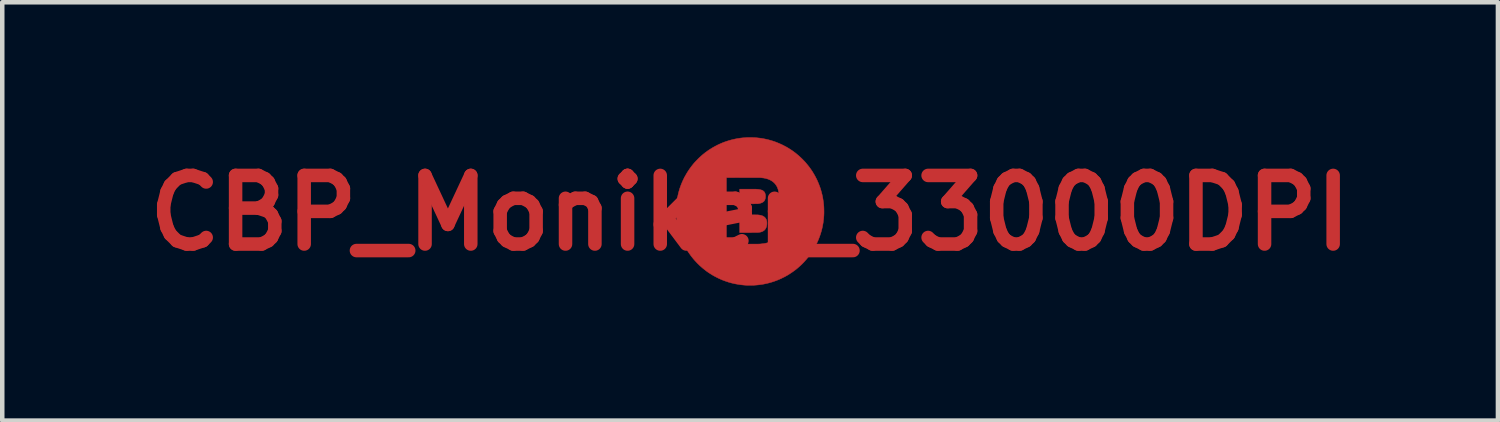
<source format=kicad_pcb>
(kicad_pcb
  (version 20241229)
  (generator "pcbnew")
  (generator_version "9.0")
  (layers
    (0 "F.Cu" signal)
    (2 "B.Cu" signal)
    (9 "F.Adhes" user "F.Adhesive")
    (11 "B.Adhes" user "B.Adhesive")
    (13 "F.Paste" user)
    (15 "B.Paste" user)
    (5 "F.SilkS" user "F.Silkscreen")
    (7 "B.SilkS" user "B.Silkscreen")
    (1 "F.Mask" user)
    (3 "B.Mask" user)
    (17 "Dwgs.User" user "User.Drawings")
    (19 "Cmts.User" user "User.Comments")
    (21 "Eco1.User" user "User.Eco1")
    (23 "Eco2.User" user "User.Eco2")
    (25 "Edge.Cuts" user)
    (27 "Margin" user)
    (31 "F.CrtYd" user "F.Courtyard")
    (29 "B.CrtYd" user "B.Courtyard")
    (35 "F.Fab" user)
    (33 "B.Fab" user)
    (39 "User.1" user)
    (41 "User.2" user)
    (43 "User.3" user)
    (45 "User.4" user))
  (footprint "CBP_Moniker_33000DPI"
    (layer "F.Cu")
    (at 13.614 1.682)
    (property "Reference" "CBP_Moniker_33000DPI" (at 0 0 0) (layer "F.Cu") (effects (font (size 1.524 1.524) (thickness 0.3))))
    (attr through_hole)
    (fp_poly (pts (xy -0.064 -0.53) (xy -0.047 -0.53) (xy -0.029 -0.53) (xy -0.013 -0.53) (xy 0.003 -0.53) (xy 0.019 -0.53) (xy 0.033 -0.53) (xy 0.047 -0.53) (xy 0.06 -0.53) (xy 0.072 -0.53) (xy 0.083 -0.53) (xy 0.092 -0.53) (xy 0.101 -0.53) (xy 0.108 -0.53) (xy 0.114 -0.53) (xy 0.118 -0.53) (xy 0.121 -0.53) (xy 0.122 -0.53) (xy 0.144 -0.528) (xy 0.165 -0.527) (xy 0.185 -0.525) (xy 0.204 -0.522) (xy 0.221 -0.518) (xy 0.238 -0.515) (xy 0.246 -0.513) (xy 0.253 -0.51) (xy 0.26 -0.508) (xy 0.265 -0.507) (xy 0.27 -0.505) (xy 0.274 -0.502) (xy 0.276 -0.501) (xy 0.288 -0.494) (xy 0.298 -0.486) (xy 0.308 -0.478) (xy 0.316 -0.468) (xy 0.323 -0.457) (xy 0.329 -0.445) (xy 0.334 -0.432) (xy 0.338 -0.418) (xy 0.341 -0.403) (xy 0.342 -0.399) (xy 0.342 -0.395) (xy 0.343 -0.389) (xy 0.343 -0.383) (xy 0.343 -0.376) (xy 0.343 -0.369) (xy 0.343 -0.362) (xy 0.343 -0.355) (xy 0.342 -0.349) (xy 0.342 -0.343) (xy 0.341 -0.339) (xy 0.339 -0.324) (xy 0.335 -0.31) (xy 0.33 -0.297) (xy 0.325 -0.285) (xy 0.318 -0.274) (xy 0.311 -0.264) (xy 0.302 -0.255) (xy 0.292 -0.247) (xy 0.281 -0.24) (xy 0.281 -0.239) (xy 0.268 -0.232) (xy 0.255 -0.226) (xy 0.241 -0.221) (xy 0.225 -0.216) (xy 0.209 -0.212) (xy 0.192 -0.209) (xy 0.173 -0.206) (xy 0.164 -0.205) (xy 0.163 -0.205) (xy 0.161 -0.205) (xy 0.158 -0.205) (xy 0.154 -0.205) (xy 0.149 -0.205) (xy 0.144 -0.205) (xy 0.137 -0.205) (xy 0.13 -0.205) (xy 0.121 -0.205) (xy 0.111 -0.205) (xy 0.1 -0.205) (xy 0.088 -0.204) (xy 0.075 -0.204) (xy 0.061 -0.204) (xy 0.045 -0.204) (xy 0.028 -0.204) (xy 0.009 -0.204) (xy -0.011 -0.204) (xy -0.032 -0.204) (xy -0.038 -0.204) (xy -0.231 -0.204) (xy -0.231 -0.53) (xy -0.064 -0.53)) (stroke (width 0.01) (type solid)) (fill yes) (layer "F.Cu"))
    (fp_poly (pts (xy -0.035 0.041) (xy -0.013 0.041) (xy 0.009 0.041) (xy 0.028 0.041) (xy 0.046 0.041) (xy 0.063 0.041) (xy 0.079 0.041) (xy 0.093 0.041) (xy 0.106 0.041) (xy 0.117 0.041) (xy 0.127 0.042) (xy 0.137 0.042) (xy 0.145 0.042) (xy 0.152 0.042) (xy 0.157 0.042) (xy 0.162 0.042) (xy 0.166 0.042) (xy 0.168 0.042) (xy 0.17 0.042) (xy 0.17 0.042) (xy 0.183 0.043) (xy 0.194 0.045) (xy 0.205 0.046) (xy 0.214 0.047) (xy 0.223 0.049) (xy 0.231 0.05) (xy 0.235 0.051) (xy 0.252 0.056) (xy 0.268 0.061) (xy 0.283 0.067) (xy 0.297 0.075) (xy 0.31 0.083) (xy 0.321 0.092) (xy 0.327 0.097) (xy 0.337 0.108) (xy 0.346 0.119) (xy 0.353 0.131) (xy 0.36 0.144) (xy 0.365 0.158) (xy 0.369 0.173) (xy 0.372 0.189) (xy 0.373 0.197) (xy 0.373 0.202) (xy 0.374 0.209) (xy 0.374 0.216) (xy 0.374 0.224) (xy 0.374 0.232) (xy 0.374 0.24) (xy 0.373 0.248) (xy 0.373 0.255) (xy 0.373 0.261) (xy 0.372 0.264) (xy 0.369 0.282) (xy 0.365 0.3) (xy 0.36 0.316) (xy 0.354 0.331) (xy 0.347 0.345) (xy 0.338 0.358) (xy 0.329 0.37) (xy 0.318 0.381) (xy 0.307 0.39) (xy 0.294 0.399) (xy 0.28 0.407) (xy 0.277 0.409) (xy 0.267 0.413) (xy 0.258 0.417) (xy 0.247 0.42) (xy 0.237 0.423) (xy 0.225 0.426) (xy 0.212 0.428) (xy 0.199 0.43) (xy 0.184 0.432) (xy 0.17 0.433) (xy 0.168 0.434) (xy 0.166 0.434) (xy 0.162 0.434) (xy 0.157 0.434) (xy 0.151 0.434) (xy 0.144 0.434) (xy 0.136 0.434) (xy 0.126 0.434) (xy 0.116 0.434) (xy 0.103 0.434) (xy 0.09 0.434) (xy 0.075 0.434) (xy 0.059 0.434) (xy 0.042 0.434) (xy 0.023 0.435) (xy 0.003 0.435) (xy -0.019 0.435) (xy -0.035 0.435) (xy -0.231 0.435) (xy -0.231 0.041) (xy -0.035 0.041)) (stroke (width 0.01) (type solid)) (fill yes) (layer "F.Cu"))
    (fp_poly (pts (xy 0.016 -1.677) (xy 0.026 -1.677) (xy 0.035 -1.677) (xy 0.043 -1.677) (xy 0.051 -1.677) (xy 0.055 -1.676) (xy 0.083 -1.675) (xy 0.11 -1.674) (xy 0.136 -1.672) (xy 0.162 -1.67) (xy 0.162 -1.669) (xy 0.212 -1.664) (xy 0.262 -1.657) (xy 0.311 -1.648) (xy 0.36 -1.638) (xy 0.409 -1.626) (xy 0.457 -1.613) (xy 0.504 -1.599) (xy 0.552 -1.583) (xy 0.598 -1.565) (xy 0.644 -1.546) (xy 0.69 -1.526) (xy 0.735 -1.504) (xy 0.779 -1.481) (xy 0.797 -1.472) (xy 0.84 -1.447) (xy 0.883 -1.42) (xy 0.925 -1.393) (xy 0.966 -1.364) (xy 1.006 -1.334) (xy 1.045 -1.302) (xy 1.083 -1.27) (xy 1.12 -1.236) (xy 1.157 -1.201) (xy 1.192 -1.165) (xy 1.226 -1.129) (xy 1.245 -1.106) (xy 1.277 -1.068) (xy 1.308 -1.029) (xy 1.337 -0.989) (xy 1.366 -0.948) (xy 1.393 -0.906) (xy 1.418 -0.864) (xy 1.443 -0.82) (xy 1.466 -0.776) (xy 1.488 -0.732) (xy 1.508 -0.686) (xy 1.527 -0.641) (xy 1.531 -0.63) (xy 1.549 -0.583) (xy 1.565 -0.536) (xy 1.579 -0.488) (xy 1.592 -0.44) (xy 1.604 -0.391) (xy 1.614 -0.342) (xy 1.622 -0.293) (xy 1.629 -0.244) (xy 1.635 -0.194) (xy 1.639 -0.144) (xy 1.641 -0.094) (xy 1.642 -0.043) (xy 1.642 0.007) (xy 1.64 0.058) (xy 1.636 0.109) (xy 1.636 0.116) (xy 1.63 0.165) (xy 1.624 0.215) (xy 1.615 0.263) (xy 1.606 0.312) (xy 1.595 0.36) (xy 1.582 0.408) (xy 1.568 0.456) (xy 1.552 0.503) (xy 1.535 0.549) (xy 1.517 0.595) (xy 1.497 0.641) (xy 1.476 0.686) (xy 1.453 0.73) (xy 1.429 0.774) (xy 1.407 0.812) (xy 1.381 0.855) (xy 1.353 0.897) (xy 1.324 0.937) (xy 1.293 0.977) (xy 1.262 1.016) (xy 1.229 1.054) (xy 1.196 1.091) (xy 1.161 1.127) (xy 1.125 1.162) (xy 1.088 1.195) (xy 1.05 1.228) (xy 1.011 1.26) (xy 0.988 1.277) (xy 0.951 1.304) (xy 0.914 1.329) (xy 0.876 1.354) (xy 0.838 1.378) (xy 0.797 1.401) (xy 0.782 1.41) (xy 0.775 1.413) (xy 0.767 1.418) (xy 0.758 1.422) (xy 0.748 1.427) (xy 0.738 1.432) (xy 0.728 1.437) (xy 0.717 1.442) (xy 0.708 1.447) (xy 0.698 1.452) (xy 0.69 1.456) (xy 0.682 1.459) (xy 0.681 1.46) (xy 0.635 1.48) (xy 0.588 1.499) (xy 0.541 1.516) (xy 0.493 1.532) (xy 0.446 1.546) (xy 0.397 1.559) (xy 0.349 1.57) (xy 0.3 1.58) (xy 0.251 1.588) (xy 0.201 1.595) (xy 0.151 1.6) (xy 0.1 1.604) (xy 0.087 1.605) (xy 0.073 1.605) (xy 0.058 1.606) (xy 0.042 1.606) (xy 0.026 1.607) (xy 0.01 1.607) (xy -0.006 1.607) (xy -0.021 1.607) (xy -0.035 1.607) (xy -0.04 1.607) (xy -0.09 1.605) (xy -0.141 1.601) (xy -0.191 1.596) (xy -0.24 1.589) (xy -0.29 1.581) (xy -0.339 1.572) (xy -0.387 1.561) (xy -0.435 1.549) (xy -0.483 1.535) (xy -0.53 1.519) (xy -0.577 1.503) (xy -0.623 1.485) (xy -0.669 1.465) (xy -0.714 1.444) (xy -0.759 1.421) (xy -0.803 1.398) (xy -0.842 1.375) (xy -0.885 1.348) (xy -0.927 1.321) (xy -0.968 1.292) (xy -1.008 1.261) (xy -1.047 1.23) (xy -1.085 1.197) (xy -1.122 1.164) (xy -1.158 1.129) (xy -1.193 1.093) (xy -1.227 1.056) (xy -1.26 1.018) (xy -1.291 0.979) (xy -1.322 0.939) (xy -1.351 0.898) (xy -1.369 0.872) (xy -1.396 0.83) (xy -1.422 0.787) (xy -1.446 0.743) (xy -1.469 0.699) (xy -1.473 0.691) (xy -0.526 0.691) (xy -0.178 0.691) (xy -0.148 0.691) (xy -0.12 0.691) (xy -0.092 0.691) (xy -0.066 0.691) (xy -0.041 0.691) (xy -0.017 0.691) (xy 0.006 0.691) (xy 0.027 0.691) (xy 0.048 0.691) (xy 0.067 0.691) (xy 0.084 0.691) (xy 0.101 0.691) (xy 0.116 0.691) (xy 0.13 0.691) (xy 0.142 0.691) (xy 0.153 0.691) (xy 0.163 0.691) (xy 0.171 0.691) (xy 0.178 0.691) (xy 0.183 0.691) (xy 0.186 0.69) (xy 0.189 0.69) (xy 0.219 0.689) (xy 0.248 0.686) (xy 0.277 0.683) (xy 0.305 0.679) (xy 0.331 0.675) (xy 0.344 0.672) (xy 0.369 0.667) (xy 0.393 0.66) (xy 0.416 0.652) (xy 0.438 0.643) (xy 0.458 0.633) (xy 0.479 0.622) (xy 0.498 0.61) (xy 0.517 0.596) (xy 0.536 0.581) (xy 0.537 0.581) (xy 0.541 0.577) (xy 0.546 0.572) (xy 0.551 0.567) (xy 0.557 0.562) (xy 0.562 0.556) (xy 0.568 0.55) (xy 0.573 0.545) (xy 0.578 0.54) (xy 0.581 0.536) (xy 0.582 0.535) (xy 0.598 0.514) (xy 0.614 0.492) (xy 0.627 0.47) (xy 0.639 0.448) (xy 0.65 0.426) (xy 0.659 0.403) (xy 0.667 0.379) (xy 0.674 0.355) (xy 0.679 0.33) (xy 0.682 0.311) (xy 0.683 0.303) (xy 0.684 0.297) (xy 0.685 0.291) (xy 0.685 0.285) (xy 0.686 0.279) (xy 0.686 0.273) (xy 0.686 0.267) (xy 0.686 0.259) (xy 0.686 0.251) (xy 0.686 0.244) (xy 0.686 0.234) (xy 0.686 0.225) (xy 0.686 0.217) (xy 0.686 0.21) (xy 0.685 0.203) (xy 0.685 0.196) (xy 0.684 0.19) (xy 0.683 0.183) (xy 0.682 0.175) (xy 0.678 0.152) (xy 0.672 0.129) (xy 0.666 0.107) (xy 0.658 0.085) (xy 0.649 0.065) (xy 0.639 0.046) (xy 0.628 0.027) (xy 0.616 0.01) (xy 0.602 -0.007) (xy 0.588 -0.022) (xy 0.584 -0.026) (xy 0.57 -0.038) (xy 0.556 -0.05) (xy 0.541 -0.06) (xy 0.526 -0.07) (xy 0.509 -0.079) (xy 0.491 -0.088) (xy 0.472 -0.096) (xy 0.46 -0.101) (xy 0.46 -0.101) (xy 0.46 -0.102) (xy 0.46 -0.102) (xy 0.462 -0.103) (xy 0.464 -0.105) (xy 0.468 -0.107) (xy 0.469 -0.107) (xy 0.489 -0.119) (xy 0.507 -0.13) (xy 0.524 -0.143) (xy 0.54 -0.155) (xy 0.546 -0.161) (xy 0.56 -0.175) (xy 0.573 -0.19) (xy 0.585 -0.205) (xy 0.596 -0.222) (xy 0.605 -0.24) (xy 0.613 -0.259) (xy 0.621 -0.279) (xy 0.627 -0.3) (xy 0.631 -0.321) (xy 0.635 -0.344) (xy 0.635 -0.345) (xy 0.637 -0.364) (xy 0.638 -0.385) (xy 0.638 -0.406) (xy 0.638 -0.427) (xy 0.636 -0.448) (xy 0.635 -0.459) (xy 0.632 -0.482) (xy 0.627 -0.506) (xy 0.621 -0.528) (xy 0.613 -0.55) (xy 0.605 -0.571) (xy 0.595 -0.591) (xy 0.583 -0.61) (xy 0.571 -0.629) (xy 0.557 -0.646) (xy 0.557 -0.647) (xy 0.545 -0.66) (xy 0.532 -0.673) (xy 0.519 -0.685) (xy 0.504 -0.697) (xy 0.489 -0.708) (xy 0.486 -0.71) (xy 0.474 -0.717) (xy 0.461 -0.725) (xy 0.446 -0.733) (xy 0.431 -0.74) (xy 0.416 -0.746) (xy 0.401 -0.752) (xy 0.387 -0.757) (xy 0.373 -0.761) (xy 0.359 -0.765) (xy 0.344 -0.769) (xy 0.329 -0.772) (xy 0.314 -0.775) (xy 0.298 -0.778) (xy 0.281 -0.78) (xy 0.263 -0.782) (xy 0.244 -0.784) (xy 0.233 -0.785) (xy 0.232 -0.785) (xy 0.23 -0.785) (xy 0.227 -0.785) (xy 0.224 -0.786) (xy 0.22 -0.786) (xy 0.215 -0.786) (xy 0.209 -0.786) (xy 0.203 -0.786) (xy 0.195 -0.786) (xy 0.187 -0.786) (xy 0.177 -0.786) (xy 0.167 -0.786) (xy 0.156 -0.786) (xy 0.143 -0.786) (xy 0.13 -0.786) (xy 0.115 -0.786) (xy 0.099 -0.786) (xy 0.082 -0.786) (xy 0.064 -0.786) (xy 0.044 -0.786) (xy 0.024 -0.786) (xy 0.001 -0.786) (xy -0.022 -0.786) (xy -0.047 -0.786) (xy -0.073 -0.786) (xy -0.101 -0.786) (xy -0.13 -0.786) (xy -0.152 -0.786) (xy -0.526 -0.787) (xy -0.526 0.691) (xy -1.473 0.691) (xy -1.491 0.654) (xy -1.511 0.608) (xy -1.53 0.562) (xy -1.547 0.516) (xy -1.563 0.469) (xy -1.578 0.421) (xy -1.591 0.373) (xy -1.602 0.324) (xy -1.613 0.276) (xy -1.621 0.226) (xy -1.628 0.177) (xy -1.634 0.127) (xy -1.636 0.104) (xy -1.638 0.082) (xy -1.639 0.06) (xy -1.64 0.039) (xy -1.641 0.016) (xy -1.641 -0.006) (xy -1.642 -0.03) (xy -1.642 -0.052) (xy -1.641 -0.063) (xy -1.641 -0.073) (xy -1.641 -0.081) (xy -1.641 -0.089) (xy -1.641 -0.097) (xy -1.641 -0.104) (xy -1.64 -0.111) (xy -1.64 -0.118) (xy -1.64 -0.125) (xy -1.639 -0.134) (xy -1.638 -0.143) (xy -1.638 -0.145) (xy -1.634 -0.195) (xy -1.629 -0.244) (xy -1.622 -0.293) (xy -1.613 -0.342) (xy -1.603 -0.391) (xy -1.592 -0.439) (xy -1.579 -0.487) (xy -1.565 -0.535) (xy -1.549 -0.582) (xy -1.532 -0.628) (xy -1.513 -0.674) (xy -1.493 -0.72) (xy -1.471 -0.765) (xy -1.448 -0.809) (xy -1.426 -0.849) (xy -1.401 -0.892) (xy -1.374 -0.934) (xy -1.346 -0.975) (xy -1.317 -1.016) (xy -1.286 -1.056) (xy -1.255 -1.095) (xy -1.236 -1.117) (xy -1.217 -1.137) (xy -1.197 -1.159) (xy -1.176 -1.18) (xy -1.155 -1.202) (xy -1.134 -1.223) (xy -1.112 -1.243) (xy -1.091 -1.262) (xy -1.081 -1.271) (xy -1.043 -1.304) (xy -1.004 -1.335) (xy -0.963 -1.365) (xy -0.923 -1.394) (xy -0.881 -1.421) (xy -0.839 -1.447) (xy -0.795 -1.472) (xy -0.752 -1.495) (xy -0.707 -1.518) (xy -0.662 -1.538) (xy -0.616 -1.558) (xy -0.57 -1.576) (xy -0.523 -1.592) (xy -0.476 -1.607) (xy -0.428 -1.621) (xy -0.38 -1.633) (xy -0.331 -1.644) (xy -0.299 -1.65) (xy -0.273 -1.655) (xy -0.246 -1.659) (xy -0.221 -1.663) (xy -0.194 -1.666) (xy -0.168 -1.669) (xy -0.141 -1.671) (xy -0.112 -1.673) (xy -0.083 -1.675) (xy -0.077 -1.676) (xy -0.071 -1.676) (xy -0.064 -1.676) (xy -0.056 -1.676) (xy -0.047 -1.677) (xy -0.037 -1.677) (xy -0.027 -1.677) (xy -0.016 -1.677) (xy -0.005 -1.677) (xy 0.005 -1.677) (xy 0.016 -1.677)) (stroke (width 0.01) (type solid)) (fill yes) (layer "F.Cu")))
  (gr_rect
    (start -3 -3)
    (end 30.229 6.294)
    (stroke (width 0.1) (type default))
    (fill no)
    (layer "Edge.Cuts")))
</source>
